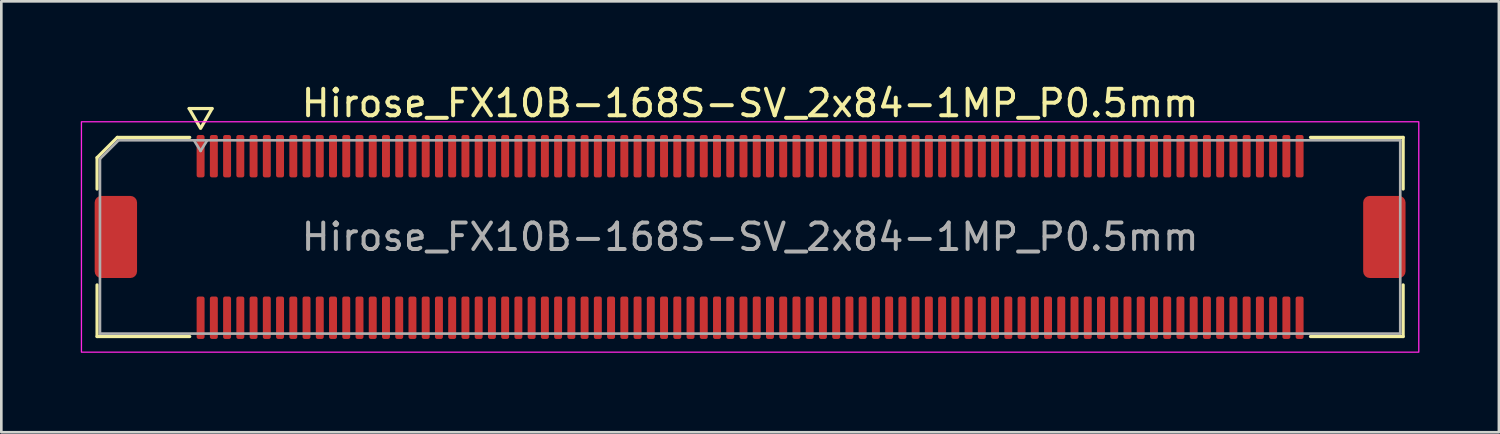
<source format=kicad_pcb>
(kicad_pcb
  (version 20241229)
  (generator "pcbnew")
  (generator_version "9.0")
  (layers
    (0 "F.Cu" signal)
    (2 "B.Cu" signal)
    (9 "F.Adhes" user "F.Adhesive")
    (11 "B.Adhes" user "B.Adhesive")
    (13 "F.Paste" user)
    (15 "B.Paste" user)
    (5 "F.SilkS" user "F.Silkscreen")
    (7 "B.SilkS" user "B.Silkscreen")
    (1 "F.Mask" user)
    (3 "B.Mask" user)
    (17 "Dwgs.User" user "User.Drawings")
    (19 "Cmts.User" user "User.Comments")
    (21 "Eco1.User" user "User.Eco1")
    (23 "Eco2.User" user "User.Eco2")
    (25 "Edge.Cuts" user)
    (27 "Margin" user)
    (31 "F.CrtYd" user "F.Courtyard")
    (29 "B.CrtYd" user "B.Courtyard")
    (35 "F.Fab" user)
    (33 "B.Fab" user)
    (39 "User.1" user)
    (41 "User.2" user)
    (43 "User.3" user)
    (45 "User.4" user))
  (footprint "Hirose_FX10B-168S-SV_2x84-1MP_P0.5mm"
    (layer "F.Cu")
    (at 25.275 5.898)
    (property "Reference" "Hirose_FX10B-168S-SV_2x84-1MP_P0.5mm" (at 0 -5.05 0) (layer "F.SilkS") (effects (font (size 1 1) (thickness 0.15))))
    (attr smd)
    (fp_line (start -24.66 -2.996) (end -23.896 -3.76) (stroke (width 0.12) (type solid)) (layer "F.SilkS"))
    (fp_line (start -24.66 -1.81) (end -24.66 -2.996) (stroke (width 0.12) (type solid)) (layer "F.SilkS"))
    (fp_line (start -24.66 3.76) (end -24.66 1.81) (stroke (width 0.12) (type solid)) (layer "F.SilkS"))
    (fp_line (start -23.896 -3.76) (end -21.16 -3.76) (stroke (width 0.12) (type solid)) (layer "F.SilkS"))
    (fp_line (start -21.183 -4.85) (end -20.756 -4.11) (stroke (width 0.12) (type solid)) (layer "F.SilkS"))
    (fp_line (start -21.16 3.76) (end -24.66 3.76) (stroke (width 0.12) (type solid)) (layer "F.SilkS"))
    (fp_line (start -20.744 -4.11) (end -20.317 -4.85) (stroke (width 0.12) (type solid)) (layer "F.SilkS"))
    (fp_line (start -20.317 -4.85) (end -21.183 -4.85) (stroke (width 0.12) (type solid)) (layer "F.SilkS"))
    (fp_line (start 21.16 -3.76) (end 24.66 -3.76) (stroke (width 0.12) (type solid)) (layer "F.SilkS"))
    (fp_line (start 24.66 -3.76) (end 24.66 -1.81) (stroke (width 0.12) (type solid)) (layer "F.SilkS"))
    (fp_line (start 24.66 1.81) (end 24.66 3.76) (stroke (width 0.12) (type solid)) (layer "F.SilkS"))
    (fp_line (start 24.66 3.76) (end 21.16 3.76) (stroke (width 0.12) (type solid)) (layer "F.SilkS"))
    (fp_rect (start -25.25 -4.35) (end 25.25 4.35) (stroke (width 0.05) (type solid)) (fill no) (layer "F.CrtYd"))
    (fp_line (start -24.55 -2.95) (end -23.85 -3.65) (stroke (width 0.1) (type solid)) (layer "F.Fab"))
    (fp_line (start -24.55 3.65) (end -24.55 -2.95) (stroke (width 0.1) (type solid)) (layer "F.Fab"))
    (fp_line (start -23.85 -3.65) (end 24.55 -3.65) (stroke (width 0.1) (type solid)) (layer "F.Fab"))
    (fp_line (start -21 -3.65) (end -20.75 -3.25) (stroke (width 0.1) (type solid)) (layer "F.Fab"))
    (fp_line (start -20.75 -3.25) (end -20.5 -3.65) (stroke (width 0.1) (type solid)) (layer "F.Fab"))
    (fp_line (start 24.55 -3.65) (end 24.55 3.65) (stroke (width 0.1) (type solid)) (layer "F.Fab"))
    (fp_line (start 24.55 3.65) (end -24.55 3.65) (stroke (width 0.1) (type solid)) (layer "F.Fab"))
    (fp_text user "${REFERENCE}" (at 0 0 0) (layer "F.Fab") (effects (font (size 1 1) (thickness 0.15))))
    (pad "1" smd roundrect (at -20.75 -3.05) (size 0.3 1.6) (layers "F.Cu" "F.Mask" "F.Paste") (roundrect_rratio 0.25))
    (pad "2" smd roundrect (at -20.75 3.05) (size 0.3 1.6) (layers "F.Cu" "F.Mask" "F.Paste") (roundrect_rratio 0.25))
    (pad "3" smd roundrect (at -20.25 -3.05) (size 0.3 1.6) (layers "F.Cu" "F.Mask" "F.Paste") (roundrect_rratio 0.25))
    (pad "4" smd roundrect (at -20.25 3.05) (size 0.3 1.6) (layers "F.Cu" "F.Mask" "F.Paste") (roundrect_rratio 0.25))
    (pad "5" smd roundrect (at -19.75 -3.05) (size 0.3 1.6) (layers "F.Cu" "F.Mask" "F.Paste") (roundrect_rratio 0.25))
    (pad "6" smd roundrect (at -19.75 3.05) (size 0.3 1.6) (layers "F.Cu" "F.Mask" "F.Paste") (roundrect_rratio 0.25))
    (pad "7" smd roundrect (at -19.25 -3.05) (size 0.3 1.6) (layers "F.Cu" "F.Mask" "F.Paste") (roundrect_rratio 0.25))
    (pad "8" smd roundrect (at -19.25 3.05) (size 0.3 1.6) (layers "F.Cu" "F.Mask" "F.Paste") (roundrect_rratio 0.25))
    (pad "9" smd roundrect (at -18.75 -3.05) (size 0.3 1.6) (layers "F.Cu" "F.Mask" "F.Paste") (roundrect_rratio 0.25))
    (pad "10" smd roundrect (at -18.75 3.05) (size 0.3 1.6) (layers "F.Cu" "F.Mask" "F.Paste") (roundrect_rratio 0.25))
    (pad "11" smd roundrect (at -18.25 -3.05) (size 0.3 1.6) (layers "F.Cu" "F.Mask" "F.Paste") (roundrect_rratio 0.25))
    (pad "12" smd roundrect (at -18.25 3.05) (size 0.3 1.6) (layers "F.Cu" "F.Mask" "F.Paste") (roundrect_rratio 0.25))
    (pad "13" smd roundrect (at -17.75 -3.05) (size 0.3 1.6) (layers "F.Cu" "F.Mask" "F.Paste") (roundrect_rratio 0.25))
    (pad "14" smd roundrect (at -17.75 3.05) (size 0.3 1.6) (layers "F.Cu" "F.Mask" "F.Paste") (roundrect_rratio 0.25))
    (pad "15" smd roundrect (at -17.25 -3.05) (size 0.3 1.6) (layers "F.Cu" "F.Mask" "F.Paste") (roundrect_rratio 0.25))
    (pad "16" smd roundrect (at -17.25 3.05) (size 0.3 1.6) (layers "F.Cu" "F.Mask" "F.Paste") (roundrect_rratio 0.25))
    (pad "17" smd roundrect (at -16.75 -3.05) (size 0.3 1.6) (layers "F.Cu" "F.Mask" "F.Paste") (roundrect_rratio 0.25))
    (pad "18" smd roundrect (at -16.75 3.05) (size 0.3 1.6) (layers "F.Cu" "F.Mask" "F.Paste") (roundrect_rratio 0.25))
    (pad "19" smd roundrect (at -16.25 -3.05) (size 0.3 1.6) (layers "F.Cu" "F.Mask" "F.Paste") (roundrect_rratio 0.25))
    (pad "20" smd roundrect (at -16.25 3.05) (size 0.3 1.6) (layers "F.Cu" "F.Mask" "F.Paste") (roundrect_rratio 0.25))
    (pad "21" smd roundrect (at -15.75 -3.05) (size 0.3 1.6) (layers "F.Cu" "F.Mask" "F.Paste") (roundrect_rratio 0.25))
    (pad "22" smd roundrect (at -15.75 3.05) (size 0.3 1.6) (layers "F.Cu" "F.Mask" "F.Paste") (roundrect_rratio 0.25))
    (pad "23" smd roundrect (at -15.25 -3.05) (size 0.3 1.6) (layers "F.Cu" "F.Mask" "F.Paste") (roundrect_rratio 0.25))
    (pad "24" smd roundrect (at -15.25 3.05) (size 0.3 1.6) (layers "F.Cu" "F.Mask" "F.Paste") (roundrect_rratio 0.25))
    (pad "25" smd roundrect (at -14.75 -3.05) (size 0.3 1.6) (layers "F.Cu" "F.Mask" "F.Paste") (roundrect_rratio 0.25))
    (pad "26" smd roundrect (at -14.75 3.05) (size 0.3 1.6) (layers "F.Cu" "F.Mask" "F.Paste") (roundrect_rratio 0.25))
    (pad "27" smd roundrect (at -14.25 -3.05) (size 0.3 1.6) (layers "F.Cu" "F.Mask" "F.Paste") (roundrect_rratio 0.25))
    (pad "28" smd roundrect (at -14.25 3.05) (size 0.3 1.6) (layers "F.Cu" "F.Mask" "F.Paste") (roundrect_rratio 0.25))
    (pad "29" smd roundrect (at -13.75 -3.05) (size 0.3 1.6) (layers "F.Cu" "F.Mask" "F.Paste") (roundrect_rratio 0.25))
    (pad "30" smd roundrect (at -13.75 3.05) (size 0.3 1.6) (layers "F.Cu" "F.Mask" "F.Paste") (roundrect_rratio 0.25))
    (pad "31" smd roundrect (at -13.25 -3.05) (size 0.3 1.6) (layers "F.Cu" "F.Mask" "F.Paste") (roundrect_rratio 0.25))
    (pad "32" smd roundrect (at -13.25 3.05) (size 0.3 1.6) (layers "F.Cu" "F.Mask" "F.Paste") (roundrect_rratio 0.25))
    (pad "33" smd roundrect (at -12.75 -3.05) (size 0.3 1.6) (layers "F.Cu" "F.Mask" "F.Paste") (roundrect_rratio 0.25))
    (pad "34" smd roundrect (at -12.75 3.05) (size 0.3 1.6) (layers "F.Cu" "F.Mask" "F.Paste") (roundrect_rratio 0.25))
    (pad "35" smd roundrect (at -12.25 -3.05) (size 0.3 1.6) (layers "F.Cu" "F.Mask" "F.Paste") (roundrect_rratio 0.25))
    (pad "36" smd roundrect (at -12.25 3.05) (size 0.3 1.6) (layers "F.Cu" "F.Mask" "F.Paste") (roundrect_rratio 0.25))
    (pad "37" smd roundrect (at -11.75 -3.05) (size 0.3 1.6) (layers "F.Cu" "F.Mask" "F.Paste") (roundrect_rratio 0.25))
    (pad "38" smd roundrect (at -11.75 3.05) (size 0.3 1.6) (layers "F.Cu" "F.Mask" "F.Paste") (roundrect_rratio 0.25))
    (pad "39" smd roundrect (at -11.25 -3.05) (size 0.3 1.6) (layers "F.Cu" "F.Mask" "F.Paste") (roundrect_rratio 0.25))
    (pad "40" smd roundrect (at -11.25 3.05) (size 0.3 1.6) (layers "F.Cu" "F.Mask" "F.Paste") (roundrect_rratio 0.25))
    (pad "41" smd roundrect (at -10.75 -3.05) (size 0.3 1.6) (layers "F.Cu" "F.Mask" "F.Paste") (roundrect_rratio 0.25))
    (pad "42" smd roundrect (at -10.75 3.05) (size 0.3 1.6) (layers "F.Cu" "F.Mask" "F.Paste") (roundrect_rratio 0.25))
    (pad "43" smd roundrect (at -10.25 -3.05) (size 0.3 1.6) (layers "F.Cu" "F.Mask" "F.Paste") (roundrect_rratio 0.25))
    (pad "44" smd roundrect (at -10.25 3.05) (size 0.3 1.6) (layers "F.Cu" "F.Mask" "F.Paste") (roundrect_rratio 0.25))
    (pad "45" smd roundrect (at -9.75 -3.05) (size 0.3 1.6) (layers "F.Cu" "F.Mask" "F.Paste") (roundrect_rratio 0.25))
    (pad "46" smd roundrect (at -9.75 3.05) (size 0.3 1.6) (layers "F.Cu" "F.Mask" "F.Paste") (roundrect_rratio 0.25))
    (pad "47" smd roundrect (at -9.25 -3.05) (size 0.3 1.6) (layers "F.Cu" "F.Mask" "F.Paste") (roundrect_rratio 0.25))
    (pad "48" smd roundrect (at -9.25 3.05) (size 0.3 1.6) (layers "F.Cu" "F.Mask" "F.Paste") (roundrect_rratio 0.25))
    (pad "49" smd roundrect (at -8.75 -3.05) (size 0.3 1.6) (layers "F.Cu" "F.Mask" "F.Paste") (roundrect_rratio 0.25))
    (pad "50" smd roundrect (at -8.75 3.05) (size 0.3 1.6) (layers "F.Cu" "F.Mask" "F.Paste") (roundrect_rratio 0.25))
    (pad "51" smd roundrect (at -8.25 -3.05) (size 0.3 1.6) (layers "F.Cu" "F.Mask" "F.Paste") (roundrect_rratio 0.25))
    (pad "52" smd roundrect (at -8.25 3.05) (size 0.3 1.6) (layers "F.Cu" "F.Mask" "F.Paste") (roundrect_rratio 0.25))
    (pad "53" smd roundrect (at -7.75 -3.05) (size 0.3 1.6) (layers "F.Cu" "F.Mask" "F.Paste") (roundrect_rratio 0.25))
    (pad "54" smd roundrect (at -7.75 3.05) (size 0.3 1.6) (layers "F.Cu" "F.Mask" "F.Paste") (roundrect_rratio 0.25))
    (pad "55" smd roundrect (at -7.25 -3.05) (size 0.3 1.6) (layers "F.Cu" "F.Mask" "F.Paste") (roundrect_rratio 0.25))
    (pad "56" smd roundrect (at -7.25 3.05) (size 0.3 1.6) (layers "F.Cu" "F.Mask" "F.Paste") (roundrect_rratio 0.25))
    (pad "57" smd roundrect (at -6.75 -3.05) (size 0.3 1.6) (layers "F.Cu" "F.Mask" "F.Paste") (roundrect_rratio 0.25))
    (pad "58" smd roundrect (at -6.75 3.05) (size 0.3 1.6) (layers "F.Cu" "F.Mask" "F.Paste") (roundrect_rratio 0.25))
    (pad "59" smd roundrect (at -6.25 -3.05) (size 0.3 1.6) (layers "F.Cu" "F.Mask" "F.Paste") (roundrect_rratio 0.25))
    (pad "60" smd roundrect (at -6.25 3.05) (size 0.3 1.6) (layers "F.Cu" "F.Mask" "F.Paste") (roundrect_rratio 0.25))
    (pad "61" smd roundrect (at -5.75 -3.05) (size 0.3 1.6) (layers "F.Cu" "F.Mask" "F.Paste") (roundrect_rratio 0.25))
    (pad "62" smd roundrect (at -5.75 3.05) (size 0.3 1.6) (layers "F.Cu" "F.Mask" "F.Paste") (roundrect_rratio 0.25))
    (pad "63" smd roundrect (at -5.25 -3.05) (size 0.3 1.6) (layers "F.Cu" "F.Mask" "F.Paste") (roundrect_rratio 0.25))
    (pad "64" smd roundrect (at -5.25 3.05) (size 0.3 1.6) (layers "F.Cu" "F.Mask" "F.Paste") (roundrect_rratio 0.25))
    (pad "65" smd roundrect (at -4.75 -3.05) (size 0.3 1.6) (layers "F.Cu" "F.Mask" "F.Paste") (roundrect_rratio 0.25))
    (pad "66" smd roundrect (at -4.75 3.05) (size 0.3 1.6) (layers "F.Cu" "F.Mask" "F.Paste") (roundrect_rratio 0.25))
    (pad "67" smd roundrect (at -4.25 -3.05) (size 0.3 1.6) (layers "F.Cu" "F.Mask" "F.Paste") (roundrect_rratio 0.25))
    (pad "68" smd roundrect (at -4.25 3.05) (size 0.3 1.6) (layers "F.Cu" "F.Mask" "F.Paste") (roundrect_rratio 0.25))
    (pad "69" smd roundrect (at -3.75 -3.05) (size 0.3 1.6) (layers "F.Cu" "F.Mask" "F.Paste") (roundrect_rratio 0.25))
    (pad "70" smd roundrect (at -3.75 3.05) (size 0.3 1.6) (layers "F.Cu" "F.Mask" "F.Paste") (roundrect_rratio 0.25))
    (pad "71" smd roundrect (at -3.25 -3.05) (size 0.3 1.6) (layers "F.Cu" "F.Mask" "F.Paste") (roundrect_rratio 0.25))
    (pad "72" smd roundrect (at -3.25 3.05) (size 0.3 1.6) (layers "F.Cu" "F.Mask" "F.Paste") (roundrect_rratio 0.25))
    (pad "73" smd roundrect (at -2.75 -3.05) (size 0.3 1.6) (layers "F.Cu" "F.Mask" "F.Paste") (roundrect_rratio 0.25))
    (pad "74" smd roundrect (at -2.75 3.05) (size 0.3 1.6) (layers "F.Cu" "F.Mask" "F.Paste") (roundrect_rratio 0.25))
    (pad "75" smd roundrect (at -2.25 -3.05) (size 0.3 1.6) (layers "F.Cu" "F.Mask" "F.Paste") (roundrect_rratio 0.25))
    (pad "76" smd roundrect (at -2.25 3.05) (size 0.3 1.6) (layers "F.Cu" "F.Mask" "F.Paste") (roundrect_rratio 0.25))
    (pad "77" smd roundrect (at -1.75 -3.05) (size 0.3 1.6) (layers "F.Cu" "F.Mask" "F.Paste") (roundrect_rratio 0.25))
    (pad "78" smd roundrect (at -1.75 3.05) (size 0.3 1.6) (layers "F.Cu" "F.Mask" "F.Paste") (roundrect_rratio 0.25))
    (pad "79" smd roundrect (at -1.25 -3.05) (size 0.3 1.6) (layers "F.Cu" "F.Mask" "F.Paste") (roundrect_rratio 0.25))
    (pad "80" smd roundrect (at -1.25 3.05) (size 0.3 1.6) (layers "F.Cu" "F.Mask" "F.Paste") (roundrect_rratio 0.25))
    (pad "81" smd roundrect (at -0.75 -3.05) (size 0.3 1.6) (layers "F.Cu" "F.Mask" "F.Paste") (roundrect_rratio 0.25))
    (pad "82" smd roundrect (at -0.75 3.05) (size 0.3 1.6) (layers "F.Cu" "F.Mask" "F.Paste") (roundrect_rratio 0.25))
    (pad "83" smd roundrect (at -0.25 -3.05) (size 0.3 1.6) (layers "F.Cu" "F.Mask" "F.Paste") (roundrect_rratio 0.25))
    (pad "84" smd roundrect (at -0.25 3.05) (size 0.3 1.6) (layers "F.Cu" "F.Mask" "F.Paste") (roundrect_rratio 0.25))
    (pad "85" smd roundrect (at 0.25 -3.05) (size 0.3 1.6) (layers "F.Cu" "F.Mask" "F.Paste") (roundrect_rratio 0.25))
    (pad "86" smd roundrect (at 0.25 3.05) (size 0.3 1.6) (layers "F.Cu" "F.Mask" "F.Paste") (roundrect_rratio 0.25))
    (pad "87" smd roundrect (at 0.75 -3.05) (size 0.3 1.6) (layers "F.Cu" "F.Mask" "F.Paste") (roundrect_rratio 0.25))
    (pad "88" smd roundrect (at 0.75 3.05) (size 0.3 1.6) (layers "F.Cu" "F.Mask" "F.Paste") (roundrect_rratio 0.25))
    (pad "89" smd roundrect (at 1.25 -3.05) (size 0.3 1.6) (layers "F.Cu" "F.Mask" "F.Paste") (roundrect_rratio 0.25))
    (pad "90" smd roundrect (at 1.25 3.05) (size 0.3 1.6) (layers "F.Cu" "F.Mask" "F.Paste") (roundrect_rratio 0.25))
    (pad "91" smd roundrect (at 1.75 -3.05) (size 0.3 1.6) (layers "F.Cu" "F.Mask" "F.Paste") (roundrect_rratio 0.25))
    (pad "92" smd roundrect (at 1.75 3.05) (size 0.3 1.6) (layers "F.Cu" "F.Mask" "F.Paste") (roundrect_rratio 0.25))
    (pad "93" smd roundrect (at 2.25 -3.05) (size 0.3 1.6) (layers "F.Cu" "F.Mask" "F.Paste") (roundrect_rratio 0.25))
    (pad "94" smd roundrect (at 2.25 3.05) (size 0.3 1.6) (layers "F.Cu" "F.Mask" "F.Paste") (roundrect_rratio 0.25))
    (pad "95" smd roundrect (at 2.75 -3.05) (size 0.3 1.6) (layers "F.Cu" "F.Mask" "F.Paste") (roundrect_rratio 0.25))
    (pad "96" smd roundrect (at 2.75 3.05) (size 0.3 1.6) (layers "F.Cu" "F.Mask" "F.Paste") (roundrect_rratio 0.25))
    (pad "97" smd roundrect (at 3.25 -3.05) (size 0.3 1.6) (layers "F.Cu" "F.Mask" "F.Paste") (roundrect_rratio 0.25))
    (pad "98" smd roundrect (at 3.25 3.05) (size 0.3 1.6) (layers "F.Cu" "F.Mask" "F.Paste") (roundrect_rratio 0.25))
    (pad "99" smd roundrect (at 3.75 -3.05) (size 0.3 1.6) (layers "F.Cu" "F.Mask" "F.Paste") (roundrect_rratio 0.25))
    (pad "100" smd roundrect (at 3.75 3.05) (size 0.3 1.6) (layers "F.Cu" "F.Mask" "F.Paste") (roundrect_rratio 0.25))
    (pad "101" smd roundrect (at 4.25 -3.05) (size 0.3 1.6) (layers "F.Cu" "F.Mask" "F.Paste") (roundrect_rratio 0.25))
    (pad "102" smd roundrect (at 4.25 3.05) (size 0.3 1.6) (layers "F.Cu" "F.Mask" "F.Paste") (roundrect_rratio 0.25))
    (pad "103" smd roundrect (at 4.75 -3.05) (size 0.3 1.6) (layers "F.Cu" "F.Mask" "F.Paste") (roundrect_rratio 0.25))
    (pad "104" smd roundrect (at 4.75 3.05) (size 0.3 1.6) (layers "F.Cu" "F.Mask" "F.Paste") (roundrect_rratio 0.25))
    (pad "105" smd roundrect (at 5.25 -3.05) (size 0.3 1.6) (layers "F.Cu" "F.Mask" "F.Paste") (roundrect_rratio 0.25))
    (pad "106" smd roundrect (at 5.25 3.05) (size 0.3 1.6) (layers "F.Cu" "F.Mask" "F.Paste") (roundrect_rratio 0.25))
    (pad "107" smd roundrect (at 5.75 -3.05) (size 0.3 1.6) (layers "F.Cu" "F.Mask" "F.Paste") (roundrect_rratio 0.25))
    (pad "108" smd roundrect (at 5.75 3.05) (size 0.3 1.6) (layers "F.Cu" "F.Mask" "F.Paste") (roundrect_rratio 0.25))
    (pad "109" smd roundrect (at 6.25 -3.05) (size 0.3 1.6) (layers "F.Cu" "F.Mask" "F.Paste") (roundrect_rratio 0.25))
    (pad "110" smd roundrect (at 6.25 3.05) (size 0.3 1.6) (layers "F.Cu" "F.Mask" "F.Paste") (roundrect_rratio 0.25))
    (pad "111" smd roundrect (at 6.75 -3.05) (size 0.3 1.6) (layers "F.Cu" "F.Mask" "F.Paste") (roundrect_rratio 0.25))
    (pad "112" smd roundrect (at 6.75 3.05) (size 0.3 1.6) (layers "F.Cu" "F.Mask" "F.Paste") (roundrect_rratio 0.25))
    (pad "113" smd roundrect (at 7.25 -3.05) (size 0.3 1.6) (layers "F.Cu" "F.Mask" "F.Paste") (roundrect_rratio 0.25))
    (pad "114" smd roundrect (at 7.25 3.05) (size 0.3 1.6) (layers "F.Cu" "F.Mask" "F.Paste") (roundrect_rratio 0.25))
    (pad "115" smd roundrect (at 7.75 -3.05) (size 0.3 1.6) (layers "F.Cu" "F.Mask" "F.Paste") (roundrect_rratio 0.25))
    (pad "116" smd roundrect (at 7.75 3.05) (size 0.3 1.6) (layers "F.Cu" "F.Mask" "F.Paste") (roundrect_rratio 0.25))
    (pad "117" smd roundrect (at 8.25 -3.05) (size 0.3 1.6) (layers "F.Cu" "F.Mask" "F.Paste") (roundrect_rratio 0.25))
    (pad "118" smd roundrect (at 8.25 3.05) (size 0.3 1.6) (layers "F.Cu" "F.Mask" "F.Paste") (roundrect_rratio 0.25))
    (pad "119" smd roundrect (at 8.75 -3.05) (size 0.3 1.6) (layers "F.Cu" "F.Mask" "F.Paste") (roundrect_rratio 0.25))
    (pad "120" smd roundrect (at 8.75 3.05) (size 0.3 1.6) (layers "F.Cu" "F.Mask" "F.Paste") (roundrect_rratio 0.25))
    (pad "121" smd roundrect (at 9.25 -3.05) (size 0.3 1.6) (layers "F.Cu" "F.Mask" "F.Paste") (roundrect_rratio 0.25))
    (pad "122" smd roundrect (at 9.25 3.05) (size 0.3 1.6) (layers "F.Cu" "F.Mask" "F.Paste") (roundrect_rratio 0.25))
    (pad "123" smd roundrect (at 9.75 -3.05) (size 0.3 1.6) (layers "F.Cu" "F.Mask" "F.Paste") (roundrect_rratio 0.25))
    (pad "124" smd roundrect (at 9.75 3.05) (size 0.3 1.6) (layers "F.Cu" "F.Mask" "F.Paste") (roundrect_rratio 0.25))
    (pad "125" smd roundrect (at 10.25 -3.05) (size 0.3 1.6) (layers "F.Cu" "F.Mask" "F.Paste") (roundrect_rratio 0.25))
    (pad "126" smd roundrect (at 10.25 3.05) (size 0.3 1.6) (layers "F.Cu" "F.Mask" "F.Paste") (roundrect_rratio 0.25))
    (pad "127" smd roundrect (at 10.75 -3.05) (size 0.3 1.6) (layers "F.Cu" "F.Mask" "F.Paste") (roundrect_rratio 0.25))
    (pad "128" smd roundrect (at 10.75 3.05) (size 0.3 1.6) (layers "F.Cu" "F.Mask" "F.Paste") (roundrect_rratio 0.25))
    (pad "129" smd roundrect (at 11.25 -3.05) (size 0.3 1.6) (layers "F.Cu" "F.Mask" "F.Paste") (roundrect_rratio 0.25))
    (pad "130" smd roundrect (at 11.25 3.05) (size 0.3 1.6) (layers "F.Cu" "F.Mask" "F.Paste") (roundrect_rratio 0.25))
    (pad "131" smd roundrect (at 11.75 -3.05) (size 0.3 1.6) (layers "F.Cu" "F.Mask" "F.Paste") (roundrect_rratio 0.25))
    (pad "132" smd roundrect (at 11.75 3.05) (size 0.3 1.6) (layers "F.Cu" "F.Mask" "F.Paste") (roundrect_rratio 0.25))
    (pad "133" smd roundrect (at 12.25 -3.05) (size 0.3 1.6) (layers "F.Cu" "F.Mask" "F.Paste") (roundrect_rratio 0.25))
    (pad "134" smd roundrect (at 12.25 3.05) (size 0.3 1.6) (layers "F.Cu" "F.Mask" "F.Paste") (roundrect_rratio 0.25))
    (pad "135" smd roundrect (at 12.75 -3.05) (size 0.3 1.6) (layers "F.Cu" "F.Mask" "F.Paste") (roundrect_rratio 0.25))
    (pad "136" smd roundrect (at 12.75 3.05) (size 0.3 1.6) (layers "F.Cu" "F.Mask" "F.Paste") (roundrect_rratio 0.25))
    (pad "137" smd roundrect (at 13.25 -3.05) (size 0.3 1.6) (layers "F.Cu" "F.Mask" "F.Paste") (roundrect_rratio 0.25))
    (pad "138" smd roundrect (at 13.25 3.05) (size 0.3 1.6) (layers "F.Cu" "F.Mask" "F.Paste") (roundrect_rratio 0.25))
    (pad "139" smd roundrect (at 13.75 -3.05) (size 0.3 1.6) (layers "F.Cu" "F.Mask" "F.Paste") (roundrect_rratio 0.25))
    (pad "140" smd roundrect (at 13.75 3.05) (size 0.3 1.6) (layers "F.Cu" "F.Mask" "F.Paste") (roundrect_rratio 0.25))
    (pad "141" smd roundrect (at 14.25 -3.05) (size 0.3 1.6) (layers "F.Cu" "F.Mask" "F.Paste") (roundrect_rratio 0.25))
    (pad "142" smd roundrect (at 14.25 3.05) (size 0.3 1.6) (layers "F.Cu" "F.Mask" "F.Paste") (roundrect_rratio 0.25))
    (pad "143" smd roundrect (at 14.75 -3.05) (size 0.3 1.6) (layers "F.Cu" "F.Mask" "F.Paste") (roundrect_rratio 0.25))
    (pad "144" smd roundrect (at 14.75 3.05) (size 0.3 1.6) (layers "F.Cu" "F.Mask" "F.Paste") (roundrect_rratio 0.25))
    (pad "145" smd roundrect (at 15.25 -3.05) (size 0.3 1.6) (layers "F.Cu" "F.Mask" "F.Paste") (roundrect_rratio 0.25))
    (pad "146" smd roundrect (at 15.25 3.05) (size 0.3 1.6) (layers "F.Cu" "F.Mask" "F.Paste") (roundrect_rratio 0.25))
    (pad "147" smd roundrect (at 15.75 -3.05) (size 0.3 1.6) (layers "F.Cu" "F.Mask" "F.Paste") (roundrect_rratio 0.25))
    (pad "148" smd roundrect (at 15.75 3.05) (size 0.3 1.6) (layers "F.Cu" "F.Mask" "F.Paste") (roundrect_rratio 0.25))
    (pad "149" smd roundrect (at 16.25 -3.05) (size 0.3 1.6) (layers "F.Cu" "F.Mask" "F.Paste") (roundrect_rratio 0.25))
    (pad "150" smd roundrect (at 16.25 3.05) (size 0.3 1.6) (layers "F.Cu" "F.Mask" "F.Paste") (roundrect_rratio 0.25))
    (pad "151" smd roundrect (at 16.75 -3.05) (size 0.3 1.6) (layers "F.Cu" "F.Mask" "F.Paste") (roundrect_rratio 0.25))
    (pad "152" smd roundrect (at 16.75 3.05) (size 0.3 1.6) (layers "F.Cu" "F.Mask" "F.Paste") (roundrect_rratio 0.25))
    (pad "153" smd roundrect (at 17.25 -3.05) (size 0.3 1.6) (layers "F.Cu" "F.Mask" "F.Paste") (roundrect_rratio 0.25))
    (pad "154" smd roundrect (at 17.25 3.05) (size 0.3 1.6) (layers "F.Cu" "F.Mask" "F.Paste") (roundrect_rratio 0.25))
    (pad "155" smd roundrect (at 17.75 -3.05) (size 0.3 1.6) (layers "F.Cu" "F.Mask" "F.Paste") (roundrect_rratio 0.25))
    (pad "156" smd roundrect (at 17.75 3.05) (size 0.3 1.6) (layers "F.Cu" "F.Mask" "F.Paste") (roundrect_rratio 0.25))
    (pad "157" smd roundrect (at 18.25 -3.05) (size 0.3 1.6) (layers "F.Cu" "F.Mask" "F.Paste") (roundrect_rratio 0.25))
    (pad "158" smd roundrect (at 18.25 3.05) (size 0.3 1.6) (layers "F.Cu" "F.Mask" "F.Paste") (roundrect_rratio 0.25))
    (pad "159" smd roundrect (at 18.75 -3.05) (size 0.3 1.6) (layers "F.Cu" "F.Mask" "F.Paste") (roundrect_rratio 0.25))
    (pad "160" smd roundrect (at 18.75 3.05) (size 0.3 1.6) (layers "F.Cu" "F.Mask" "F.Paste") (roundrect_rratio 0.25))
    (pad "161" smd roundrect (at 19.25 -3.05) (size 0.3 1.6) (layers "F.Cu" "F.Mask" "F.Paste") (roundrect_rratio 0.25))
    (pad "162" smd roundrect (at 19.25 3.05) (size 0.3 1.6) (layers "F.Cu" "F.Mask" "F.Paste") (roundrect_rratio 0.25))
    (pad "163" smd roundrect (at 19.75 -3.05) (size 0.3 1.6) (layers "F.Cu" "F.Mask" "F.Paste") (roundrect_rratio 0.25))
    (pad "164" smd roundrect (at 19.75 3.05) (size 0.3 1.6) (layers "F.Cu" "F.Mask" "F.Paste") (roundrect_rratio 0.25))
    (pad "165" smd roundrect (at 20.25 -3.05) (size 0.3 1.6) (layers "F.Cu" "F.Mask" "F.Paste") (roundrect_rratio 0.25))
    (pad "166" smd roundrect (at 20.25 3.05) (size 0.3 1.6) (layers "F.Cu" "F.Mask" "F.Paste") (roundrect_rratio 0.25))
    (pad "167" smd roundrect (at 20.75 -3.05) (size 0.3 1.6) (layers "F.Cu" "F.Mask" "F.Paste") (roundrect_rratio 0.25))
    (pad "168" smd roundrect (at 20.75 3.05) (size 0.3 1.6) (layers "F.Cu" "F.Mask" "F.Paste") (roundrect_rratio 0.25))
    (pad "MP" smd roundrect (at -23.95 0) (size 1.6 3.1) (layers "F.Cu" "F.Mask" "F.Paste") (roundrect_rratio 0.156))
    (pad "MP" smd roundrect (at 23.95 0) (size 1.6 3.1) (layers "F.Cu" "F.Mask" "F.Paste") (roundrect_rratio 0.156)))
  (gr_rect
    (start -3 -3)
    (end 53.55 13.273)
    (stroke (width 0.1) (type default))
    (fill no)
    (layer "Edge.Cuts")))
</source>
